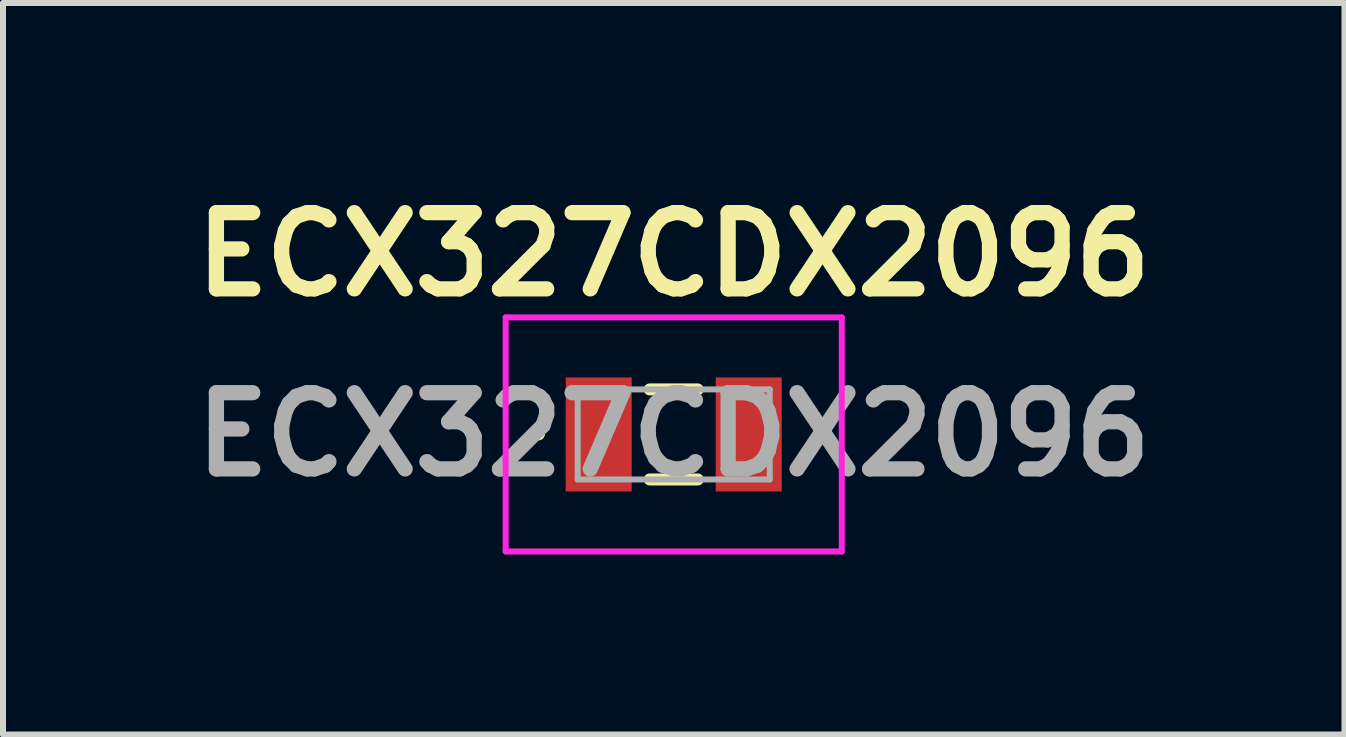
<source format=kicad_pcb>
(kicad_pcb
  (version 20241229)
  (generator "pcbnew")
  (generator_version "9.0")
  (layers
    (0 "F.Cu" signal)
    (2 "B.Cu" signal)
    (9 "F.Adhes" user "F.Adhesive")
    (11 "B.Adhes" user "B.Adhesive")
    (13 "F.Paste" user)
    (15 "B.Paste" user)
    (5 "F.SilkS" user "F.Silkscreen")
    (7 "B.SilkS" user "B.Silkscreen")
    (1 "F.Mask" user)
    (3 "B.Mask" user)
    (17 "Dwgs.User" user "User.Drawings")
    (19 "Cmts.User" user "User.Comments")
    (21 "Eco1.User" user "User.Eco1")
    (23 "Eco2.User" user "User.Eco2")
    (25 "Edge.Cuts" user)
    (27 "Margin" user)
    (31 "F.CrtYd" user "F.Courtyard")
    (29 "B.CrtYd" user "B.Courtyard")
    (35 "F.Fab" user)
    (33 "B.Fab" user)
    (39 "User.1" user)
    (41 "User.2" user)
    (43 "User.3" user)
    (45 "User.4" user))
  (footprint "ECX327CDX2096"
    (layer "F.Cu")
    (at 8.176 4.189)
    (property "Reference" "ECX327CDX2096" (at 0 -3 0) (layer "F.SilkS") (effects (font (size 1.27 1.27) (thickness 0.254))))
    (attr smd)
    (fp_line (start -2.3 0) (end -2.3 0) (stroke (width 0.1) (type solid)) (layer "F.SilkS"))
    (fp_line (start -2.2 0) (end -2.2 0) (stroke (width 0.1) (type solid)) (layer "F.SilkS"))
    (fp_line (start -0.4 -0.75) (end 0.4 -0.75) (stroke (width 0.2) (type solid)) (layer "F.SilkS"))
    (fp_line (start -0.4 0.75) (end 0.4 0.75) (stroke (width 0.2) (type solid)) (layer "F.SilkS"))
    (fp_arc (start -2.3 0) (mid -2.25 -0.05) (end -2.2 0) (stroke (width 0.1) (type solid)) (layer "F.SilkS"))
    (fp_arc (start -2.2 0) (mid -2.25 0.05) (end -2.3 0) (stroke (width 0.1) (type solid)) (layer "F.SilkS"))
    (fp_line (start -2.8 -1.95) (end 2.8 -1.95) (stroke (width 0.1) (type solid)) (layer "F.CrtYd"))
    (fp_line (start -2.8 1.95) (end -2.8 -1.95) (stroke (width 0.1) (type solid)) (layer "F.CrtYd"))
    (fp_line (start 2.8 -1.95) (end 2.8 1.95) (stroke (width 0.1) (type solid)) (layer "F.CrtYd"))
    (fp_line (start 2.8 1.95) (end -2.8 1.95) (stroke (width 0.1) (type solid)) (layer "F.CrtYd"))
    (fp_line (start -1.6 -0.75) (end 1.6 -0.75) (stroke (width 0.1) (type solid)) (layer "F.Fab"))
    (fp_line (start -1.6 0.75) (end -1.6 -0.75) (stroke (width 0.1) (type solid)) (layer "F.Fab"))
    (fp_line (start 1.6 -0.75) (end 1.6 0.75) (stroke (width 0.1) (type solid)) (layer "F.Fab"))
    (fp_line (start 1.6 0.75) (end -1.6 0.75) (stroke (width 0.1) (type solid)) (layer "F.Fab"))
    (fp_text user "${REFERENCE}" (at 0 0 0) (layer "F.Fab") (effects (font (size 1.27 1.27) (thickness 0.254))))
    (pad "1" smd rect (at -1.25 0) (size 1.1 1.9) (layers "F.Cu" "F.Mask" "F.Paste"))
    (pad "2" smd rect (at 1.25 0) (size 1.1 1.9) (layers "F.Cu" "F.Mask" "F.Paste")))
  (gr_rect
    (start -3 -3)
    (end 19.353 9.189)
    (stroke (width 0.1) (type default))
    (fill no)
    (layer "Edge.Cuts")))
</source>
